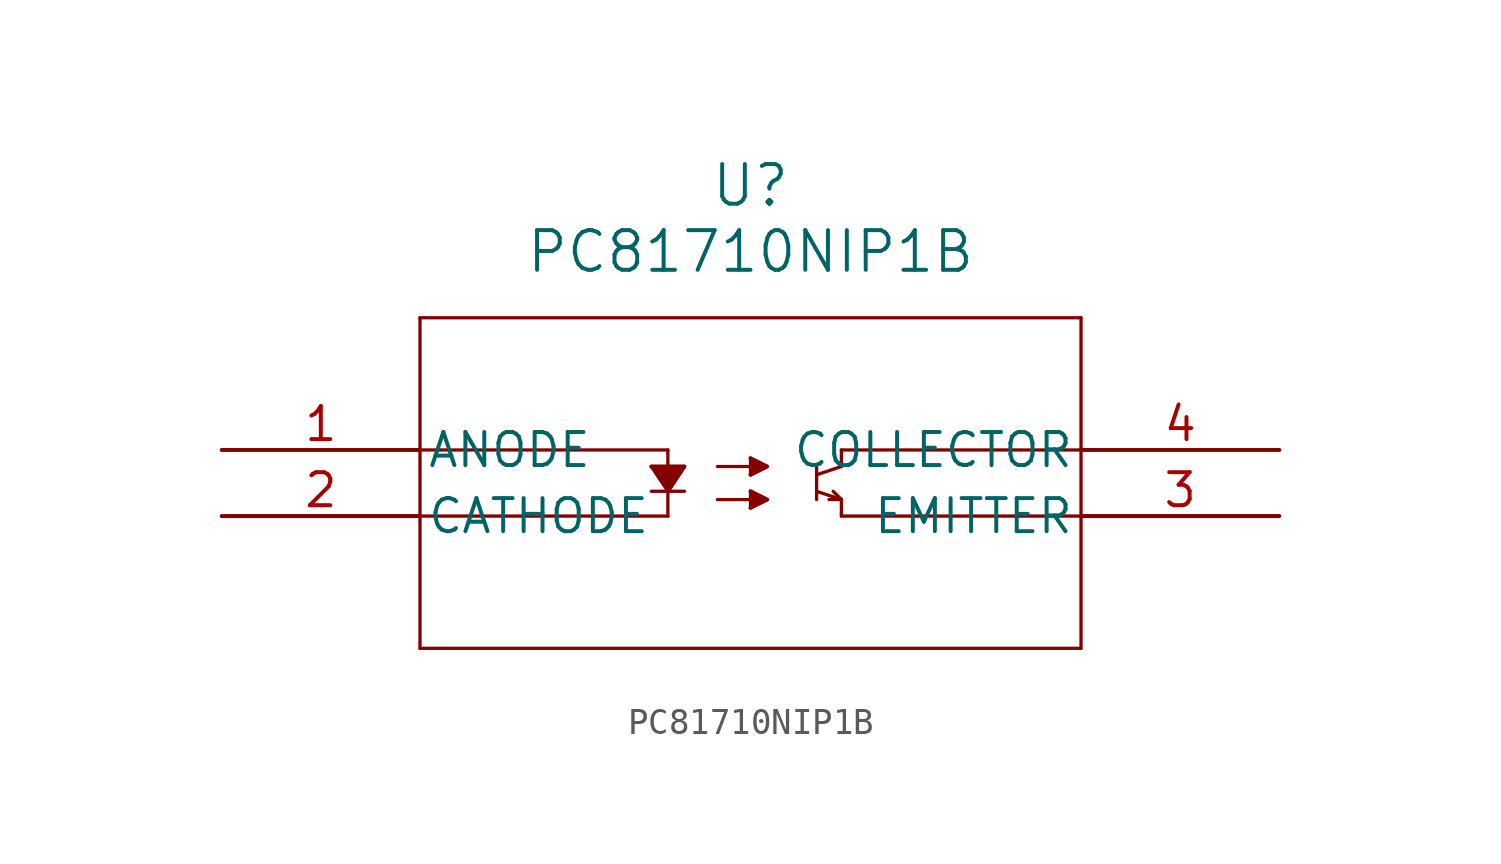
<source format=kicad_sym>
(kicad_symbol_lib
  (version 20220914)
  (generator kicad_symbol_editor)
  (symbol "PC81710NIP1B"
    (pin_names
      (offset 0.254))
    (property "Reference" "U"
      (at 20.32 10.16 0)
      (effects (font (size 1.524 1.524))))
    (property "Value" "PC81710NIP1B"
      (at 20.32 7.62 0)
      (effects (font (size 1.524 1.524))))
    (symbol "PC81710NIP1B_0_1"
      (polyline (pts (xy 7.62 -2.54) (xy 17.145 -2.54)) (stroke (width 0.127) (type default)) (fill (type none)))
      (polyline (pts (xy 7.62 0) (xy 17.145 0)) (stroke (width 0.127) (type default)) (fill (type none)))
      (polyline (pts (xy 7.62 5.08) (xy 7.62 -7.62)) (stroke (width 0.127) (type default)) (fill (type none)))
      (polyline (pts (xy 16.51 -1.587) (xy 17.78 -1.587)) (stroke (width 0.127) (type default)) (fill (type none)))
      (polyline (pts (xy 16.51 -0.635) (xy 17.145 -1.587)) (stroke (width 0.127) (type default)) (fill (type none)))
      (polyline (pts (xy 16.51 -0.635) (xy 17.78 -0.635)) (stroke (width 0.127) (type default)) (fill (type none)))
      (polyline (pts (xy 17.145 -2.54) (xy 17.145 0)) (stroke (width 0.127) (type default)) (fill (type none)))
      (polyline (pts (xy 17.145 -1.587) (xy 17.78 -0.635)) (stroke (width 0.127) (type default)) (fill (type none)))
      (polyline (pts (xy 20.32 -2.223) (xy 20.955 -1.905)) (stroke (width 0.127) (type default)) (fill (type none)))
      (polyline (pts (xy 20.32 -1.905) (xy 19.05 -1.905)) (stroke (width 0.127) (type default)) (fill (type none)))
      (polyline (pts (xy 20.32 -1.587) (xy 20.32 -2.223)) (stroke (width 0.127) (type default)) (fill (type none)))
      (polyline (pts (xy 20.32 -1.587) (xy 20.955 -1.905)) (stroke (width 0.127) (type default)) (fill (type none)))
      (polyline (pts (xy 20.32 -0.953) (xy 20.955 -0.635)) (stroke (width 0.127) (type default)) (fill (type none)))
      (polyline (pts (xy 20.32 -0.635) (xy 19.05 -0.635)) (stroke (width 0.127) (type default)) (fill (type none)))
      (polyline (pts (xy 20.32 -0.318) (xy 20.32 -0.953)) (stroke (width 0.127) (type default)) (fill (type none)))
      (polyline (pts (xy 20.32 -0.318) (xy 20.955 -0.635)) (stroke (width 0.127) (type default)) (fill (type none)))
      (polyline (pts (xy 22.86 -1.587) (xy 23.812 -1.905)) (stroke (width 0.127) (type default)) (fill (type none)))
      (polyline (pts (xy 22.86 -0.635) (xy 22.86 -1.905)) (stroke (width 0.127) (type default)) (fill (type none)))
      (polyline (pts (xy 23.812 -2.54) (xy 23.812 -1.905)) (stroke (width 0.127) (type default)) (fill (type none)))
      (polyline (pts (xy 23.812 -1.905) (xy 23.336 -1.905)) (stroke (width 0.127) (type default)) (fill (type none)))
      (polyline (pts (xy 23.812 -1.905) (xy 23.495 -1.587)) (stroke (width 0.127) (type default)) (fill (type none)))
      (polyline (pts (xy 23.812 -0.635) (xy 22.86 -0.953)) (stroke (width 0.127) (type default)) (fill (type none)))
      (polyline (pts (xy 23.812 -0.635) (xy 23.812 0)) (stroke (width 0.127) (type default)) (fill (type none)))
      (polyline (pts (xy 23.812 0) (xy 33.02 0)) (stroke (width 0.127) (type default)) (fill (type none)))
      (polyline (pts (xy 33.02 -7.62) (xy 7.62 -7.62)) (stroke (width 0.127) (type default)) (fill (type none)))
      (polyline (pts (xy 33.02 -7.62) (xy 33.02 5.08)) (stroke (width 0.127) (type default)) (fill (type none)))
      (polyline (pts (xy 33.02 -2.54) (xy 23.812 -2.54)) (stroke (width 0.127) (type default)) (fill (type none)))
      (polyline (pts (xy 33.02 5.08) (xy 7.62 5.08)) (stroke (width 0.127) (type default)) (fill (type none)))
      (polyline (pts (xy 16.51 -0.635) (xy 17.78 -0.635) (xy 17.145 -1.587)) (stroke (width 0) (type default)) (fill (type outline)))
      (polyline (pts (xy 20.32 -1.587) (xy 20.955 -1.905) (xy 20.32 -2.223)) (stroke (width 0) (type default)) (fill (type outline)))
      (polyline (pts (xy 20.32 -0.318) (xy 20.955 -0.635) (xy 20.32 -0.953)) (stroke (width 0) (type default)) (fill (type outline)))
      (pin unspecified line (at 0 0 0) (length 7.62) (name "ANODE" (effects (font (size 1.27 1.27)))) (number "1" (effects (font (size 1.27 1.27)))))
      (pin unspecified line (at 0 -2.54 0) (length 7.62) (name "CATHODE" (effects (font (size 1.27 1.27)))) (number "2" (effects (font (size 1.27 1.27)))))
      (pin unspecified line (at 40.64 -2.54 180) (length 7.62) (name "EMITTER" (effects (font (size 1.27 1.27)))) (number "3" (effects (font (size 1.27 1.27)))))
      (pin unspecified line (at 40.64 0 180) (length 7.62) (name "COLLECTOR" (effects (font (size 1.27 1.27)))) (number "4" (effects (font (size 1.27 1.27))))))))
</source>
